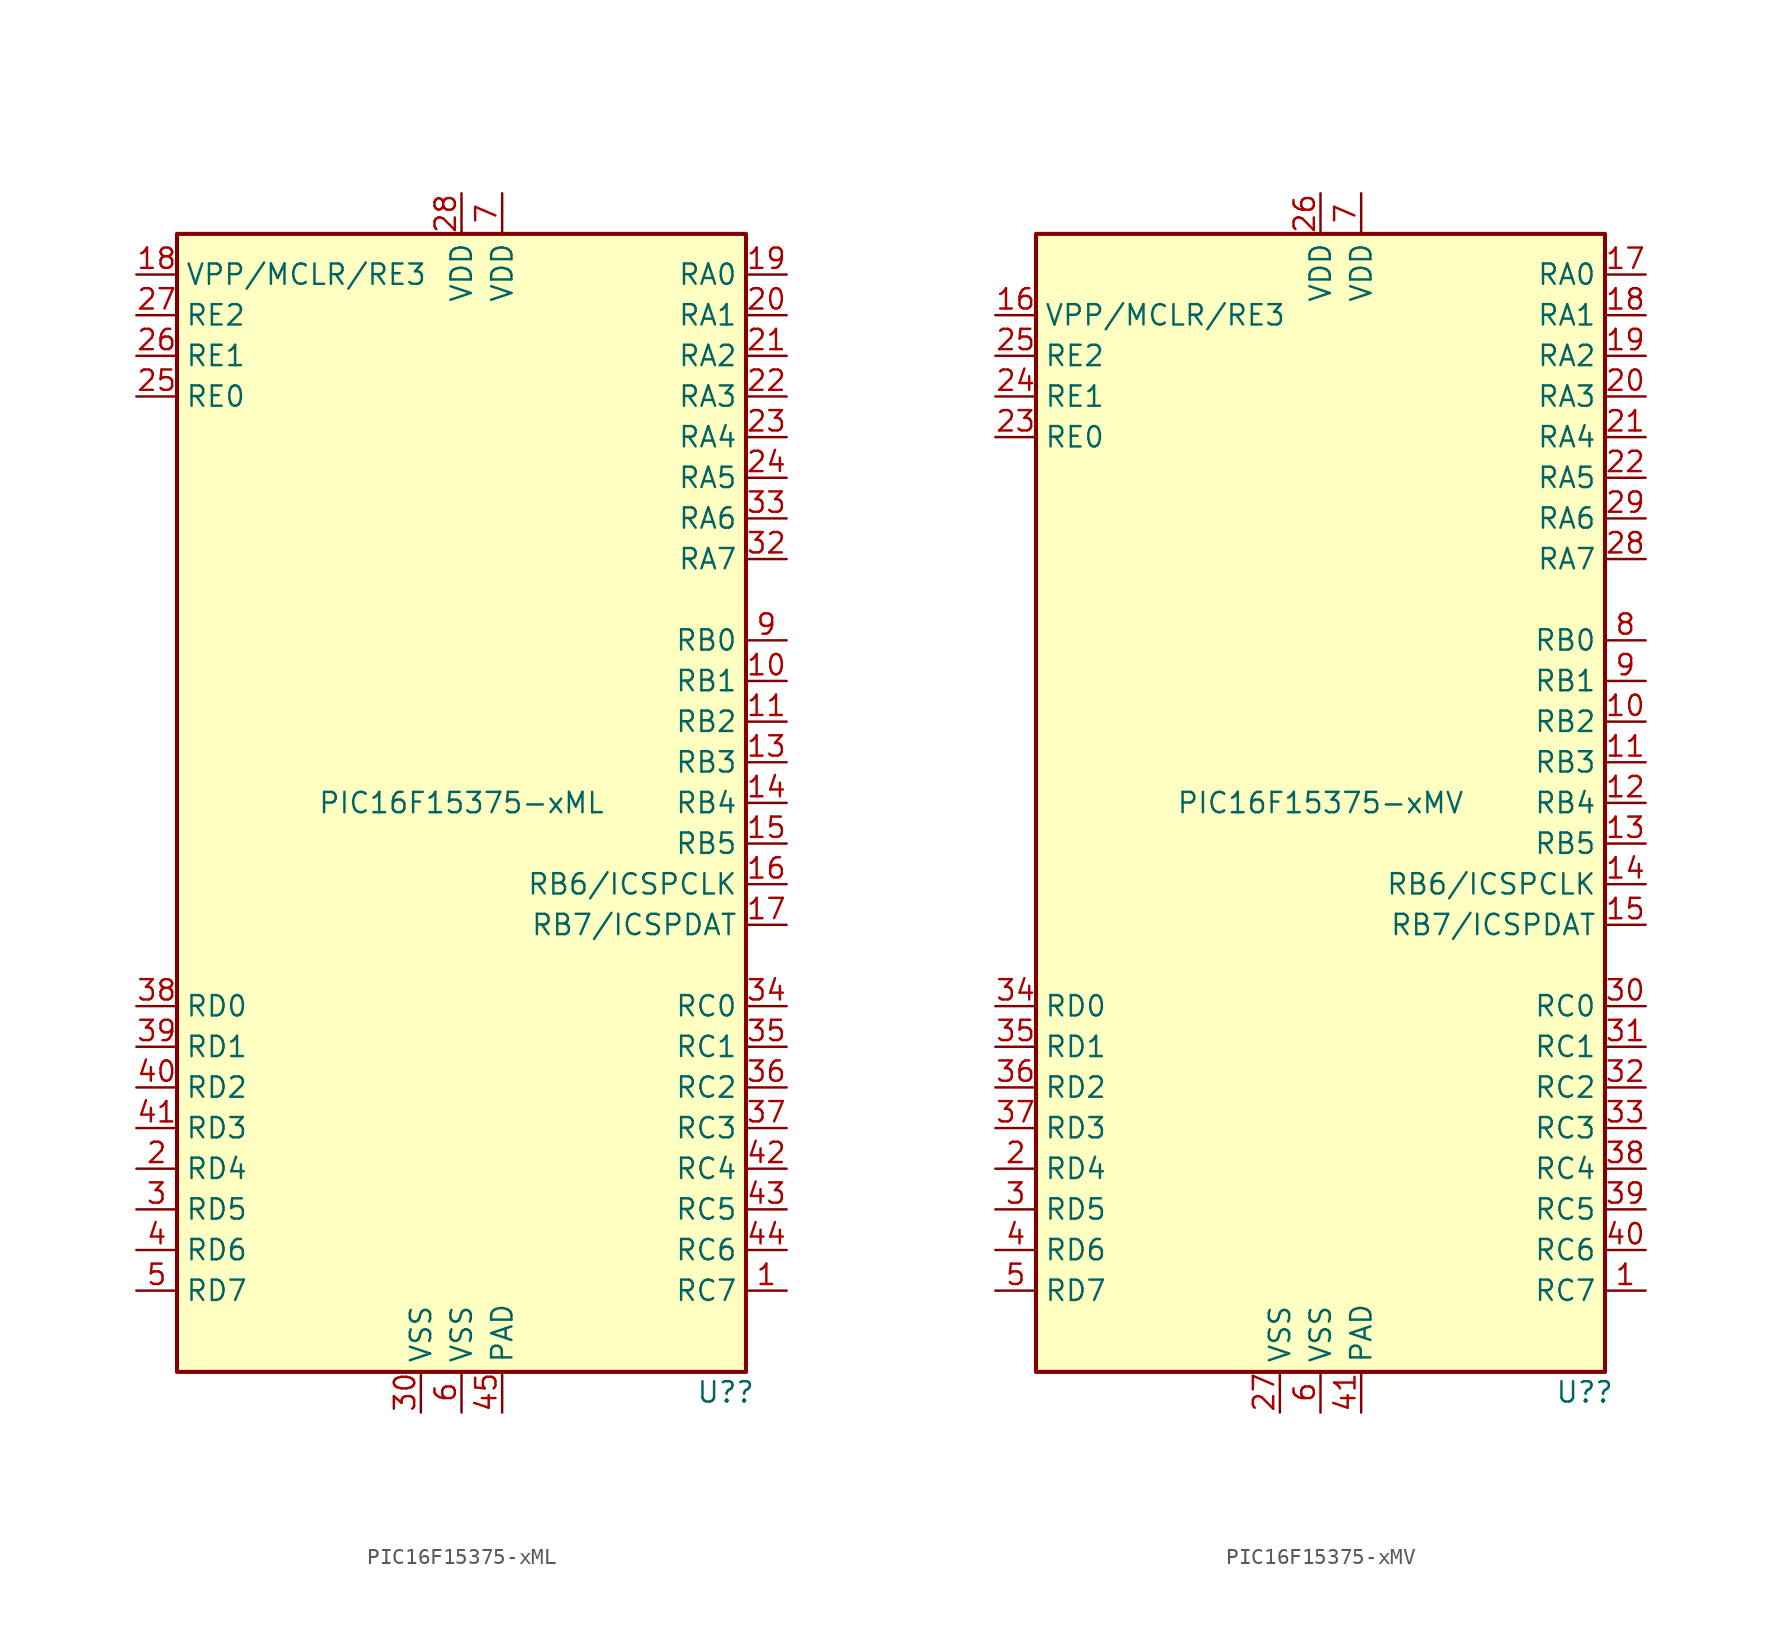
<source format=kicad_sym>
(kicad_symbol_lib
  (version 20200908)
  (generator kicad_symbol_editor)
  (symbol "MCU_Microchip_PIC16:PIC16F15375-xML"
    (property "Reference" "U?"
      (at 16.51 -36.83 0)
      (effects (font (size 1.27 1.27))))
    (property "Value" "PIC16F15375-xML"
      (at 0 0 0)
      (effects (font (size 1.27 1.27))))
    (symbol "PIC16F15375-xML_0_1"
      (rectangle (start -17.78 35.56) (end 17.78 -35.56) (stroke (width 0.254)) (fill (type background))))
    (symbol "PIC16F15375-xML_0_0"
      (pin unconnected line (at -20.32 0 0) (length 2.54) hide (name "NC" (effects (font (size 1.27 1.27)))) (number "13" (effects (font (size 1.27 1.27)))))
      (pin unconnected line (at -20.32 2.54 0) (length 2.54) hide (name "NC" (effects (font (size 1.27 1.27)))) (number "29" (effects (font (size 1.27 1.27)))))
      (pin unconnected line (at -20.32 7.62 0) (length 2.54) hide (name "NC" (effects (font (size 1.27 1.27)))) (number "31" (effects (font (size 1.27 1.27)))))
      (pin power_in line (at 2.54 -38.1 90) (length 2.54) (name "PAD" (effects (font (size 1.27 1.27)))) (number "45" (effects (font (size 1.27 1.27)))))
      (pin unconnected line (at -20.32 5.08 0) (length 2.54) hide (name "NC" (effects (font (size 1.27 1.27)))) (number "8" (effects (font (size 1.27 1.27))))))
    (symbol "PIC16F15375-xML_1_1"
      (pin bidirectional line (at 20.32 -30.48 180) (length 2.54) (name "RC7" (effects (font (size 1.27 1.27)))) (number "1" (effects (font (size 1.27 1.27)))))
      (pin bidirectional line (at 20.32 7.62 180) (length 2.54) (name "RB1" (effects (font (size 1.27 1.27)))) (number "10" (effects (font (size 1.27 1.27)))))
      (pin bidirectional line (at 20.32 5.08 180) (length 2.54) (name "RB2" (effects (font (size 1.27 1.27)))) (number "11" (effects (font (size 1.27 1.27)))))
      (pin bidirectional line (at 20.32 2.54 180) (length 2.54) (name "RB3" (effects (font (size 1.27 1.27)))) (number "13" (effects (font (size 1.27 1.27)))))
      (pin bidirectional line (at 20.32 0 180) (length 2.54) (name "RB4" (effects (font (size 1.27 1.27)))) (number "14" (effects (font (size 1.27 1.27)))))
      (pin bidirectional line (at 20.32 -2.54 180) (length 2.54) (name "RB5" (effects (font (size 1.27 1.27)))) (number "15" (effects (font (size 1.27 1.27)))))
      (pin bidirectional line (at 20.32 -5.08 180) (length 2.54) (name "RB6/ICSPCLK" (effects (font (size 1.27 1.27)))) (number "16" (effects (font (size 1.27 1.27)))))
      (pin bidirectional line (at 20.32 -7.62 180) (length 2.54) (name "RB7/ICSPDAT" (effects (font (size 1.27 1.27)))) (number "17" (effects (font (size 1.27 1.27)))))
      (pin bidirectional line (at -20.32 33.02 0) (length 2.54) (name "VPP/MCLR/RE3" (effects (font (size 1.27 1.27)))) (number "18" (effects (font (size 1.27 1.27)))))
      (pin bidirectional line (at 20.32 33.02 180) (length 2.54) (name "RA0" (effects (font (size 1.27 1.27)))) (number "19" (effects (font (size 1.27 1.27)))))
      (pin bidirectional line (at -20.32 -22.86 0) (length 2.54) (name "RD4" (effects (font (size 1.27 1.27)))) (number "2" (effects (font (size 1.27 1.27)))))
      (pin bidirectional line (at 20.32 30.48 180) (length 2.54) (name "RA1" (effects (font (size 1.27 1.27)))) (number "20" (effects (font (size 1.27 1.27)))))
      (pin bidirectional line (at 20.32 27.94 180) (length 2.54) (name "RA2" (effects (font (size 1.27 1.27)))) (number "21" (effects (font (size 1.27 1.27)))))
      (pin bidirectional line (at 20.32 25.4 180) (length 2.54) (name "RA3" (effects (font (size 1.27 1.27)))) (number "22" (effects (font (size 1.27 1.27)))))
      (pin bidirectional line (at 20.32 22.86 180) (length 2.54) (name "RA4" (effects (font (size 1.27 1.27)))) (number "23" (effects (font (size 1.27 1.27)))))
      (pin bidirectional line (at 20.32 20.32 180) (length 2.54) (name "RA5" (effects (font (size 1.27 1.27)))) (number "24" (effects (font (size 1.27 1.27)))))
      (pin bidirectional line (at -20.32 25.4 0) (length 2.54) (name "RE0" (effects (font (size 1.27 1.27)))) (number "25" (effects (font (size 1.27 1.27)))))
      (pin bidirectional line (at -20.32 27.94 0) (length 2.54) (name "RE1" (effects (font (size 1.27 1.27)))) (number "26" (effects (font (size 1.27 1.27)))))
      (pin bidirectional line (at -20.32 30.48 0) (length 2.54) (name "RE2" (effects (font (size 1.27 1.27)))) (number "27" (effects (font (size 1.27 1.27)))))
      (pin power_in line (at 0 38.1 270) (length 2.54) (name "VDD" (effects (font (size 1.27 1.27)))) (number "28" (effects (font (size 1.27 1.27)))))
      (pin bidirectional line (at -20.32 -25.4 0) (length 2.54) (name "RD5" (effects (font (size 1.27 1.27)))) (number "3" (effects (font (size 1.27 1.27)))))
      (pin power_in line (at -2.54 -38.1 90) (length 2.54) (name "VSS" (effects (font (size 1.27 1.27)))) (number "30" (effects (font (size 1.27 1.27)))))
      (pin bidirectional line (at 20.32 15.24 180) (length 2.54) (name "RA7" (effects (font (size 1.27 1.27)))) (number "32" (effects (font (size 1.27 1.27)))))
      (pin bidirectional line (at 20.32 17.78 180) (length 2.54) (name "RA6" (effects (font (size 1.27 1.27)))) (number "33" (effects (font (size 1.27 1.27)))))
      (pin bidirectional line (at 20.32 -12.7 180) (length 2.54) (name "RC0" (effects (font (size 1.27 1.27)))) (number "34" (effects (font (size 1.27 1.27)))))
      (pin bidirectional line (at 20.32 -15.24 180) (length 2.54) (name "RC1" (effects (font (size 1.27 1.27)))) (number "35" (effects (font (size 1.27 1.27)))))
      (pin bidirectional line (at 20.32 -17.78 180) (length 2.54) (name "RC2" (effects (font (size 1.27 1.27)))) (number "36" (effects (font (size 1.27 1.27)))))
      (pin bidirectional line (at 20.32 -20.32 180) (length 2.54) (name "RC3" (effects (font (size 1.27 1.27)))) (number "37" (effects (font (size 1.27 1.27)))))
      (pin bidirectional line (at -20.32 -12.7 0) (length 2.54) (name "RD0" (effects (font (size 1.27 1.27)))) (number "38" (effects (font (size 1.27 1.27)))))
      (pin bidirectional line (at -20.32 -15.24 0) (length 2.54) (name "RD1" (effects (font (size 1.27 1.27)))) (number "39" (effects (font (size 1.27 1.27)))))
      (pin bidirectional line (at -20.32 -27.94 0) (length 2.54) (name "RD6" (effects (font (size 1.27 1.27)))) (number "4" (effects (font (size 1.27 1.27)))))
      (pin bidirectional line (at -20.32 -17.78 0) (length 2.54) (name "RD2" (effects (font (size 1.27 1.27)))) (number "40" (effects (font (size 1.27 1.27)))))
      (pin bidirectional line (at -20.32 -20.32 0) (length 2.54) (name "RD3" (effects (font (size 1.27 1.27)))) (number "41" (effects (font (size 1.27 1.27)))))
      (pin bidirectional line (at 20.32 -22.86 180) (length 2.54) (name "RC4" (effects (font (size 1.27 1.27)))) (number "42" (effects (font (size 1.27 1.27)))))
      (pin bidirectional line (at 20.32 -25.4 180) (length 2.54) (name "RC5" (effects (font (size 1.27 1.27)))) (number "43" (effects (font (size 1.27 1.27)))))
      (pin bidirectional line (at 20.32 -27.94 180) (length 2.54) (name "RC6" (effects (font (size 1.27 1.27)))) (number "44" (effects (font (size 1.27 1.27)))))
      (pin bidirectional line (at -20.32 -30.48 0) (length 2.54) (name "RD7" (effects (font (size 1.27 1.27)))) (number "5" (effects (font (size 1.27 1.27)))))
      (pin power_in line (at 0 -38.1 90) (length 2.54) (name "VSS" (effects (font (size 1.27 1.27)))) (number "6" (effects (font (size 1.27 1.27)))))
      (pin power_in line (at 2.54 38.1 270) (length 2.54) (name "VDD" (effects (font (size 1.27 1.27)))) (number "7" (effects (font (size 1.27 1.27)))))
      (pin bidirectional line (at 20.32 10.16 180) (length 2.54) (name "RB0" (effects (font (size 1.27 1.27)))) (number "9" (effects (font (size 1.27 1.27)))))))
  (symbol "MCU_Microchip_PIC16:PIC16F15375-xMV"
    (property "Reference" "U?"
      (at 16.51 -36.83 0)
      (effects (font (size 1.27 1.27))))
    (property "Value" "PIC16F15375-xMV"
      (at 0 0 0)
      (effects (font (size 1.27 1.27))))
    (symbol "PIC16F15375-xMV_0_1"
      (rectangle (start -17.78 35.56) (end 17.78 -35.56) (stroke (width 0.254)) (fill (type background))))
    (symbol "PIC16F15375-xMV_0_0"
      (pin power_in line (at 2.54 -38.1 90) (length 2.54) (name "PAD" (effects (font (size 1.27 1.27)))) (number "41" (effects (font (size 1.27 1.27))))))
    (symbol "PIC16F15375-xMV_1_1"
      (pin bidirectional line (at 20.32 -30.48 180) (length 2.54) (name "RC7" (effects (font (size 1.27 1.27)))) (number "1" (effects (font (size 1.27 1.27)))))
      (pin bidirectional line (at 20.32 5.08 180) (length 2.54) (name "RB2" (effects (font (size 1.27 1.27)))) (number "10" (effects (font (size 1.27 1.27)))))
      (pin bidirectional line (at 20.32 2.54 180) (length 2.54) (name "RB3" (effects (font (size 1.27 1.27)))) (number "11" (effects (font (size 1.27 1.27)))))
      (pin bidirectional line (at 20.32 0 180) (length 2.54) (name "RB4" (effects (font (size 1.27 1.27)))) (number "12" (effects (font (size 1.27 1.27)))))
      (pin bidirectional line (at 20.32 -2.54 180) (length 2.54) (name "RB5" (effects (font (size 1.27 1.27)))) (number "13" (effects (font (size 1.27 1.27)))))
      (pin bidirectional line (at 20.32 -5.08 180) (length 2.54) (name "RB6/ICSPCLK" (effects (font (size 1.27 1.27)))) (number "14" (effects (font (size 1.27 1.27)))))
      (pin bidirectional line (at 20.32 -7.62 180) (length 2.54) (name "RB7/ICSPDAT" (effects (font (size 1.27 1.27)))) (number "15" (effects (font (size 1.27 1.27)))))
      (pin bidirectional line (at -20.32 30.48 0) (length 2.54) (name "VPP/MCLR/RE3" (effects (font (size 1.27 1.27)))) (number "16" (effects (font (size 1.27 1.27)))))
      (pin bidirectional line (at 20.32 33.02 180) (length 2.54) (name "RA0" (effects (font (size 1.27 1.27)))) (number "17" (effects (font (size 1.27 1.27)))))
      (pin bidirectional line (at 20.32 30.48 180) (length 2.54) (name "RA1" (effects (font (size 1.27 1.27)))) (number "18" (effects (font (size 1.27 1.27)))))
      (pin bidirectional line (at 20.32 27.94 180) (length 2.54) (name "RA2" (effects (font (size 1.27 1.27)))) (number "19" (effects (font (size 1.27 1.27)))))
      (pin bidirectional line (at -20.32 -22.86 0) (length 2.54) (name "RD4" (effects (font (size 1.27 1.27)))) (number "2" (effects (font (size 1.27 1.27)))))
      (pin bidirectional line (at 20.32 25.4 180) (length 2.54) (name "RA3" (effects (font (size 1.27 1.27)))) (number "20" (effects (font (size 1.27 1.27)))))
      (pin bidirectional line (at 20.32 22.86 180) (length 2.54) (name "RA4" (effects (font (size 1.27 1.27)))) (number "21" (effects (font (size 1.27 1.27)))))
      (pin bidirectional line (at 20.32 20.32 180) (length 2.54) (name "RA5" (effects (font (size 1.27 1.27)))) (number "22" (effects (font (size 1.27 1.27)))))
      (pin bidirectional line (at -20.32 22.86 0) (length 2.54) (name "RE0" (effects (font (size 1.27 1.27)))) (number "23" (effects (font (size 1.27 1.27)))))
      (pin bidirectional line (at -20.32 25.4 0) (length 2.54) (name "RE1" (effects (font (size 1.27 1.27)))) (number "24" (effects (font (size 1.27 1.27)))))
      (pin bidirectional line (at -20.32 27.94 0) (length 2.54) (name "RE2" (effects (font (size 1.27 1.27)))) (number "25" (effects (font (size 1.27 1.27)))))
      (pin power_in line (at 0 38.1 270) (length 2.54) (name "VDD" (effects (font (size 1.27 1.27)))) (number "26" (effects (font (size 1.27 1.27)))))
      (pin power_in line (at -2.54 -38.1 90) (length 2.54) (name "VSS" (effects (font (size 1.27 1.27)))) (number "27" (effects (font (size 1.27 1.27)))))
      (pin bidirectional line (at 20.32 15.24 180) (length 2.54) (name "RA7" (effects (font (size 1.27 1.27)))) (number "28" (effects (font (size 1.27 1.27)))))
      (pin bidirectional line (at 20.32 17.78 180) (length 2.54) (name "RA6" (effects (font (size 1.27 1.27)))) (number "29" (effects (font (size 1.27 1.27)))))
      (pin bidirectional line (at -20.32 -25.4 0) (length 2.54) (name "RD5" (effects (font (size 1.27 1.27)))) (number "3" (effects (font (size 1.27 1.27)))))
      (pin bidirectional line (at 20.32 -12.7 180) (length 2.54) (name "RC0" (effects (font (size 1.27 1.27)))) (number "30" (effects (font (size 1.27 1.27)))))
      (pin bidirectional line (at 20.32 -15.24 180) (length 2.54) (name "RC1" (effects (font (size 1.27 1.27)))) (number "31" (effects (font (size 1.27 1.27)))))
      (pin bidirectional line (at 20.32 -17.78 180) (length 2.54) (name "RC2" (effects (font (size 1.27 1.27)))) (number "32" (effects (font (size 1.27 1.27)))))
      (pin bidirectional line (at 20.32 -20.32 180) (length 2.54) (name "RC3" (effects (font (size 1.27 1.27)))) (number "33" (effects (font (size 1.27 1.27)))))
      (pin bidirectional line (at -20.32 -12.7 0) (length 2.54) (name "RD0" (effects (font (size 1.27 1.27)))) (number "34" (effects (font (size 1.27 1.27)))))
      (pin bidirectional line (at -20.32 -15.24 0) (length 2.54) (name "RD1" (effects (font (size 1.27 1.27)))) (number "35" (effects (font (size 1.27 1.27)))))
      (pin bidirectional line (at -20.32 -17.78 0) (length 2.54) (name "RD2" (effects (font (size 1.27 1.27)))) (number "36" (effects (font (size 1.27 1.27)))))
      (pin bidirectional line (at -20.32 -20.32 0) (length 2.54) (name "RD3" (effects (font (size 1.27 1.27)))) (number "37" (effects (font (size 1.27 1.27)))))
      (pin bidirectional line (at 20.32 -22.86 180) (length 2.54) (name "RC4" (effects (font (size 1.27 1.27)))) (number "38" (effects (font (size 1.27 1.27)))))
      (pin bidirectional line (at 20.32 -25.4 180) (length 2.54) (name "RC5" (effects (font (size 1.27 1.27)))) (number "39" (effects (font (size 1.27 1.27)))))
      (pin bidirectional line (at -20.32 -27.94 0) (length 2.54) (name "RD6" (effects (font (size 1.27 1.27)))) (number "4" (effects (font (size 1.27 1.27)))))
      (pin bidirectional line (at 20.32 -27.94 180) (length 2.54) (name "RC6" (effects (font (size 1.27 1.27)))) (number "40" (effects (font (size 1.27 1.27)))))
      (pin bidirectional line (at -20.32 -30.48 0) (length 2.54) (name "RD7" (effects (font (size 1.27 1.27)))) (number "5" (effects (font (size 1.27 1.27)))))
      (pin power_in line (at 0 -38.1 90) (length 2.54) (name "VSS" (effects (font (size 1.27 1.27)))) (number "6" (effects (font (size 1.27 1.27)))))
      (pin power_in line (at 2.54 38.1 270) (length 2.54) (name "VDD" (effects (font (size 1.27 1.27)))) (number "7" (effects (font (size 1.27 1.27)))))
      (pin bidirectional line (at 20.32 10.16 180) (length 2.54) (name "RB0" (effects (font (size 1.27 1.27)))) (number "8" (effects (font (size 1.27 1.27)))))
      (pin bidirectional line (at 20.32 7.62 180) (length 2.54) (name "RB1" (effects (font (size 1.27 1.27)))) (number "9" (effects (font (size 1.27 1.27))))))))
</source>
